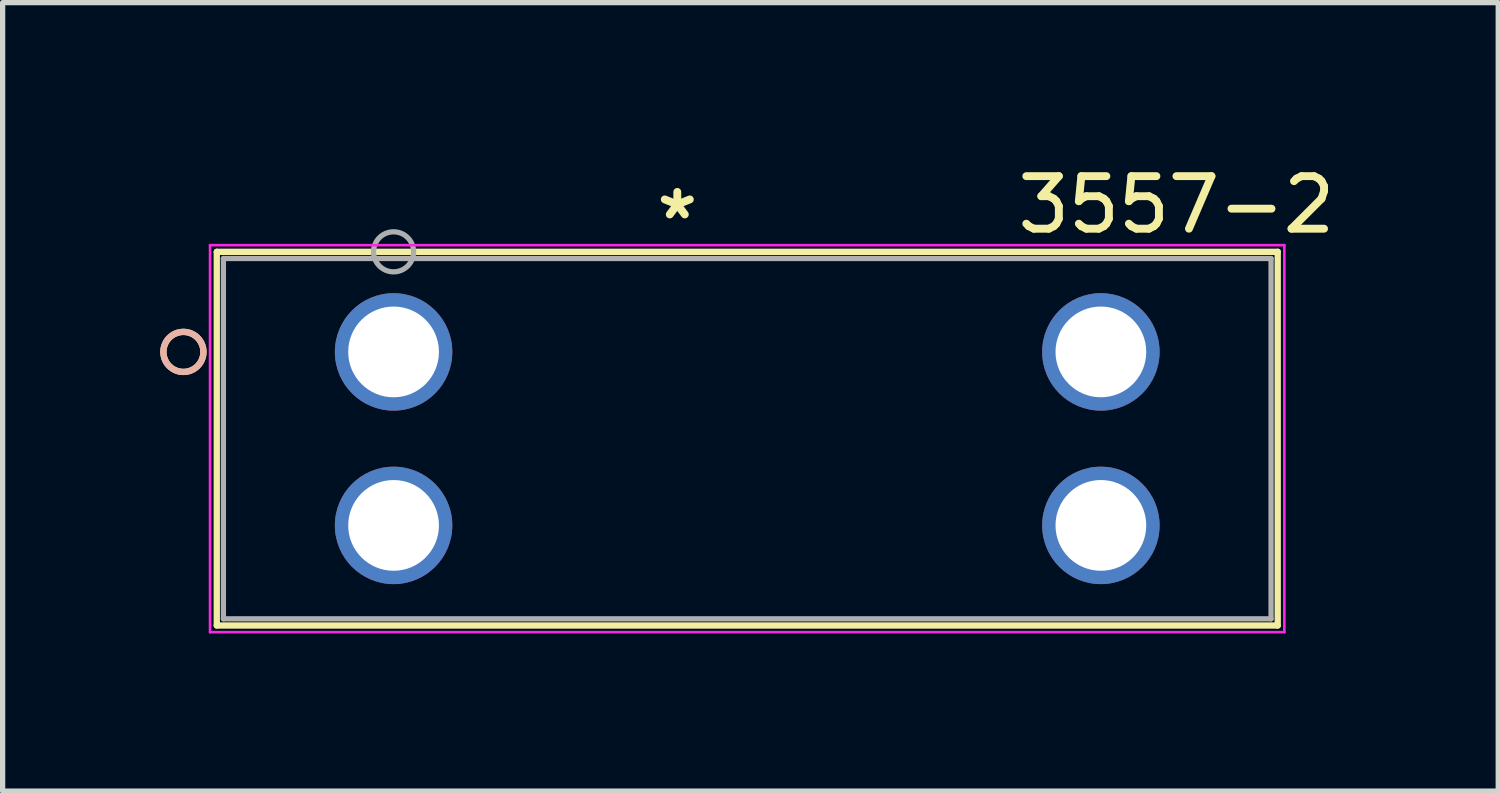
<source format=kicad_pcb>
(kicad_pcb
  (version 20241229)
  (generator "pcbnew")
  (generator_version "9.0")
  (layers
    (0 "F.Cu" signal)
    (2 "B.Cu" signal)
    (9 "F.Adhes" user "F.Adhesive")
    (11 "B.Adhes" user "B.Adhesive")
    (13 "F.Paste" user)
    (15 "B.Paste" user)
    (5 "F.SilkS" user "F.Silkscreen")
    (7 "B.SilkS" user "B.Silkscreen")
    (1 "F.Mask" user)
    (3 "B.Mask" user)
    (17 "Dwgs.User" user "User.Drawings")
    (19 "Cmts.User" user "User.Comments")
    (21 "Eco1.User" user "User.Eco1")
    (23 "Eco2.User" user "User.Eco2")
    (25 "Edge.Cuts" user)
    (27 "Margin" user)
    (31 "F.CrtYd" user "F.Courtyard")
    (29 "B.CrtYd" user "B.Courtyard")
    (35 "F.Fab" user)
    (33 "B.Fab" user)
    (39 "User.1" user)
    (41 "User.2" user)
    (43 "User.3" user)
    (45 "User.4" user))
  (footprint "3557-2"
    (layer "F.Cu")
    (at 4.441 3.648)
    (property "Reference" "3557-2" (at 14.9 -2.8 0) (layer "F.SilkS") (effects (font (size 1 1) (thickness 0.15))))
    (attr through_hole)
    (fp_line (start -3.365 -1.905) (end -3.365 5.207) (stroke (width 0.12) (type solid)) (layer "F.SilkS"))
    (fp_line (start -3.365 5.207) (end 16.828 5.207) (stroke (width 0.12) (type solid)) (layer "F.SilkS"))
    (fp_line (start 16.828 -1.905) (end -3.365 -1.905) (stroke (width 0.12) (type solid)) (layer "F.SilkS"))
    (fp_line (start 16.828 5.207) (end 16.828 -1.905) (stroke (width 0.12) (type solid)) (layer "F.SilkS"))
    (fp_circle (center -4 0) (end -3.619 0) (stroke (width 0.12) (type solid)) (fill no) (layer "F.SilkS"))
    (fp_circle (center -4 0) (end -3.619 0) (stroke (width 0.12) (type solid)) (fill no) (layer "B.SilkS"))
    (fp_line (start -3.493 -2.032) (end -3.493 5.334) (stroke (width 0.05) (type solid)) (layer "F.CrtYd"))
    (fp_line (start -3.493 5.334) (end 16.954 5.334) (stroke (width 0.05) (type solid)) (layer "F.CrtYd"))
    (fp_line (start 16.954 -2.032) (end -3.493 -2.032) (stroke (width 0.05) (type solid)) (layer "F.CrtYd"))
    (fp_line (start 16.954 5.334) (end 16.954 -2.032) (stroke (width 0.05) (type solid)) (layer "F.CrtYd"))
    (fp_line (start -3.239 -1.778) (end -3.239 5.08) (stroke (width 0.1) (type solid)) (layer "F.Fab"))
    (fp_line (start -3.239 5.08) (end 16.701 5.08) (stroke (width 0.1) (type solid)) (layer "F.Fab"))
    (fp_line (start 16.701 -1.778) (end -3.239 -1.778) (stroke (width 0.1) (type solid)) (layer "F.Fab"))
    (fp_line (start 16.701 5.08) (end 16.701 -1.778) (stroke (width 0.1) (type solid)) (layer "F.Fab"))
    (fp_circle (center 0 -1.905) (end 0.381 -1.905) (stroke (width 0.1) (type solid)) (fill no) (layer "F.Fab"))
    (fp_text user "*" (at 5.4 -2.5 0) (layer "F.SilkS") (effects (font (size 1 1) (thickness 0.15))))
    (fp_text user "*" (at 0 0 0) (layer "F.Fab") (effects (font (size 1 1) (thickness 0.15))))
    (pad "1" thru_hole circle (at 0 0) (size 2.235 2.235) (drill 1.727) (layers "*.Cu" "*.Mask"))
    (pad "2" thru_hole circle (at 0 3.302) (size 2.235 2.235) (drill 1.727) (layers "*.Cu" "*.Mask"))
    (pad "3" thru_hole circle (at 13.462 0) (size 2.235 2.235) (drill 1.727) (layers "*.Cu" "*.Mask"))
    (pad "4" thru_hole circle (at 13.462 3.302) (size 2.235 2.235) (drill 1.727) (layers "*.Cu" "*.Mask")))
  (gr_rect
    (start -3 -3)
    (end 25.466 12.007)
    (stroke (width 0.1) (type default))
    (fill no)
    (layer "Edge.Cuts")))
</source>
